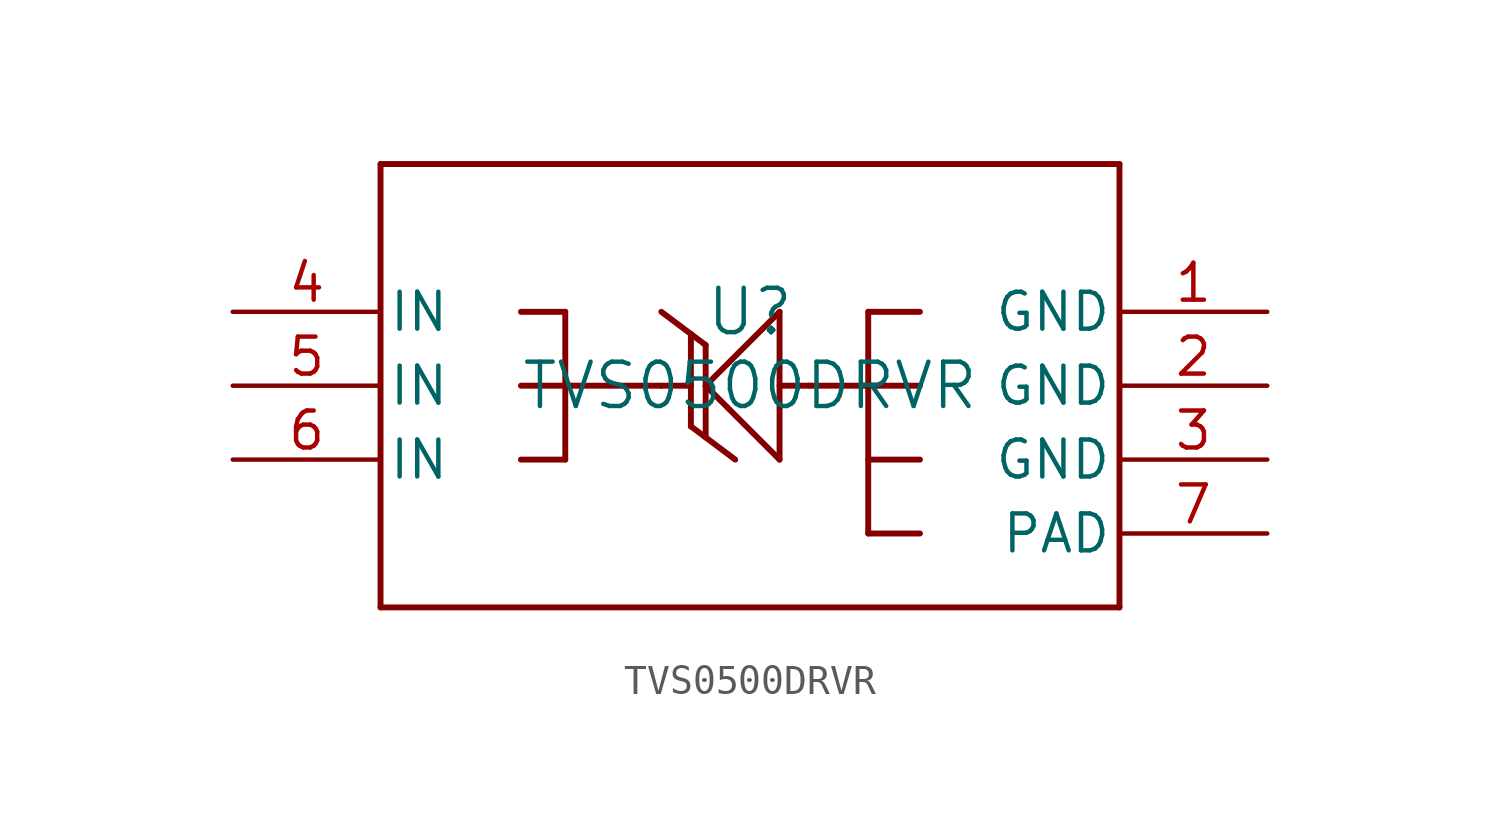
<source format=kicad_sym>
(kicad_symbol_lib
  (version 20211014)
  (generator kicad_symbol_editor)
  (symbol "TVS0500DRVR"
    (pin_names
      (offset 0.254))
    (property "Reference" "U"
      (at 0 2.54 0)
      (effects (font (size 1.524 1.524))))
    (property "Value" "TVS0500DRVR"
      (at 0 0 0)
      (effects (font (size 1.524 1.524))))
    (symbol "TVS0500DRVR_0_1"
      (polyline (pts (xy -12.7 -7.62) (xy 12.7 -7.62)) (stroke (width 0.203) (type default) (color 0 0 0 0)) (fill (type none)))
      (polyline (pts (xy 12.7 -7.62) (xy 12.7 7.62)) (stroke (width 0.203) (type default) (color 0 0 0 0)) (fill (type none)))
      (polyline (pts (xy 12.7 7.62) (xy -12.7 7.62)) (stroke (width 0.203) (type default) (color 0 0 0 0)) (fill (type none)))
      (polyline (pts (xy -12.7 7.62) (xy -12.7 -7.62)) (stroke (width 0.203) (type default) (color 0 0 0 0)) (fill (type none)))
      (polyline (pts (xy 2.032 0) (xy 1.016 0)) (stroke (width 0.203) (type default) (color 0 0 0 0)) (fill (type none)))
      (polyline (pts (xy -2.032 0) (xy -3.048 0)) (stroke (width 0.203) (type default) (color 0 0 0 0)) (fill (type none)))
      (polyline (pts (xy 1.016 2.54) (xy -1.524 0)) (stroke (width 0.203) (type default) (color 0 0 0 0)) (fill (type none)))
      (polyline (pts (xy -1.524 0) (xy 1.016 -2.54)) (stroke (width 0.203) (type default) (color 0 0 0 0)) (fill (type none)))
      (polyline (pts (xy 1.016 -2.54) (xy 1.016 2.54)) (stroke (width 0.203) (type default) (color 0 0 0 0)) (fill (type none)))
      (polyline (pts (xy -1.524 -1.778) (xy -1.524 0)) (stroke (width 0.203) (type default) (color 0 0 0 0)) (fill (type none)))
      (polyline (pts (xy -2.032 0) (xy -2.032 -1.397)) (stroke (width 0.203) (type default) (color 0 0 0 0)) (fill (type none)))
      (polyline (pts (xy -2.032 -1.397) (xy -0.508 -2.54)) (stroke (width 0.203) (type default) (color 0 0 0 0)) (fill (type none)))
      (polyline (pts (xy -2.032 1.778) (xy -2.032 0)) (stroke (width 0.203) (type default) (color 0 0 0 0)) (fill (type none)))
      (polyline (pts (xy -1.524 0) (xy -1.524 1.397)) (stroke (width 0.203) (type default) (color 0 0 0 0)) (fill (type none)))
      (polyline (pts (xy -1.524 1.397) (xy -3.048 2.54)) (stroke (width 0.203) (type default) (color 0 0 0 0)) (fill (type none)))
      (polyline (pts (xy 2.032 0) (xy 4.064 0)) (stroke (width 0.203) (type default) (color 0 0 0 0)) (fill (type none)))
      (polyline (pts (xy -3.048 0) (xy -6.35 0)) (stroke (width 0.203) (type default) (color 0 0 0 0)) (fill (type none)))
      (polyline (pts (xy -6.35 0) (xy -6.35 2.54)) (stroke (width 0.203) (type default) (color 0 0 0 0)) (fill (type none)))
      (polyline (pts (xy -6.35 0) (xy -6.35 -2.54)) (stroke (width 0.203) (type default) (color 0 0 0 0)) (fill (type none)))
      (polyline (pts (xy 4.064 2.54) (xy 4.064 -5.08)) (stroke (width 0.203) (type default) (color 0 0 0 0)) (fill (type none)))
      (polyline (pts (xy 4.064 2.54) (xy 5.842 2.54)) (stroke (width 0.203) (type default) (color 0 0 0 0)) (fill (type none)))
      (polyline (pts (xy 4.064 0) (xy 5.842 0)) (stroke (width 0.203) (type default) (color 0 0 0 0)) (fill (type none)))
      (polyline (pts (xy 4.064 -2.54) (xy 5.842 -2.54)) (stroke (width 0.203) (type default) (color 0 0 0 0)) (fill (type none)))
      (polyline (pts (xy 4.064 -5.08) (xy 5.842 -5.08)) (stroke (width 0.203) (type default) (color 0 0 0 0)) (fill (type none)))
      (polyline (pts (xy -6.35 2.54) (xy -7.874 2.54)) (stroke (width 0.203) (type default) (color 0 0 0 0)) (fill (type none)))
      (polyline (pts (xy -6.35 0) (xy -7.874 0)) (stroke (width 0.203) (type default) (color 0 0 0 0)) (fill (type none)))
      (polyline (pts (xy -6.35 -2.54) (xy -7.874 -2.54)) (stroke (width 0.203) (type default) (color 0 0 0 0)) (fill (type none)))
      (pin unspecified line (at 17.78 2.54 180) (length 5.08) (name "GND" (effects (font (size 1.27 1.27)))) (number "1" (effects (font (size 1.27 1.27)))))
      (pin unspecified line (at 17.78 0 180) (length 5.08) (name "GND" (effects (font (size 1.27 1.27)))) (number "2" (effects (font (size 1.27 1.27)))))
      (pin unspecified line (at 17.78 -2.54 180) (length 5.08) (name "GND" (effects (font (size 1.27 1.27)))) (number "3" (effects (font (size 1.27 1.27)))))
      (pin unspecified line (at -17.78 2.54 0) (length 5.08) (name "IN" (effects (font (size 1.27 1.27)))) (number "4" (effects (font (size 1.27 1.27)))))
      (pin unspecified line (at -17.78 0 0) (length 5.08) (name "IN" (effects (font (size 1.27 1.27)))) (number "5" (effects (font (size 1.27 1.27)))))
      (pin unspecified line (at -17.78 -2.54 0) (length 5.08) (name "IN" (effects (font (size 1.27 1.27)))) (number "6" (effects (font (size 1.27 1.27)))))
      (pin unspecified line (at 17.78 -5.08 180) (length 5.08) (name "PAD" (effects (font (size 1.27 1.27)))) (number "7" (effects (font (size 1.27 1.27))))))))
</source>
